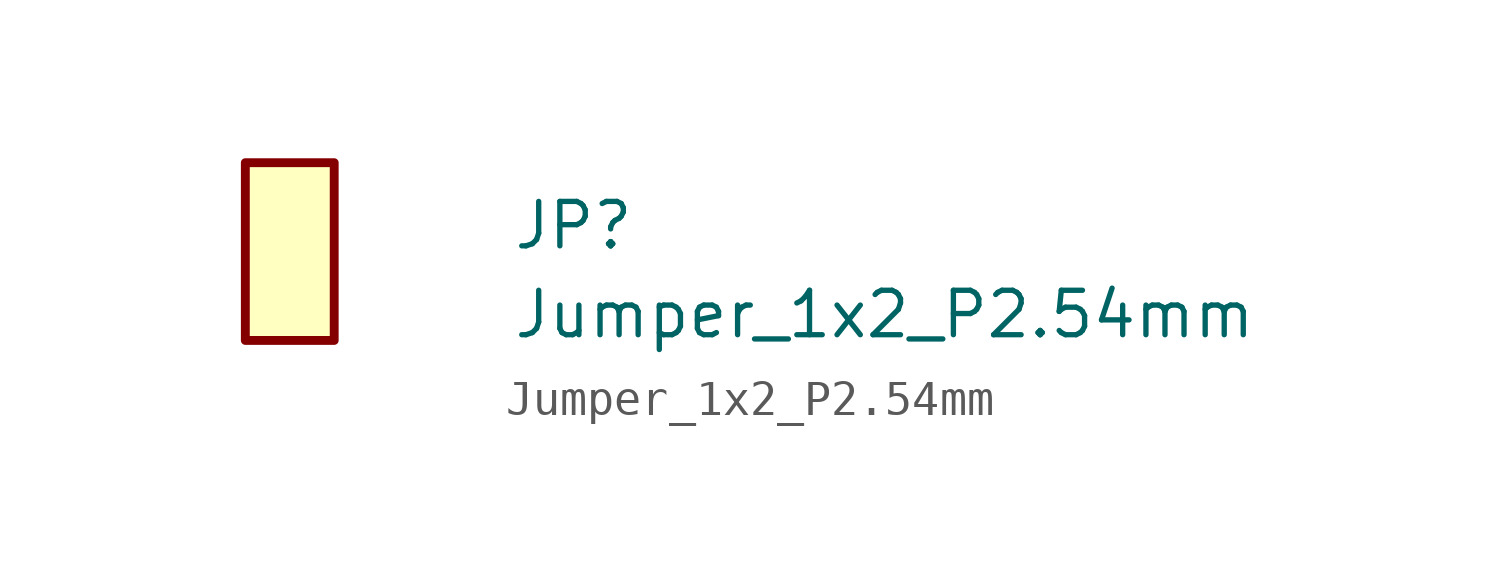
<source format=kicad_sym>
(kicad_symbol_lib
  (version 20220914)
  (generator kicad_symbol_editor)
  (symbol "Jumper_1x2_P2.54mm"
    (property "Reference" "JP"
      (at 7.62 -2.54 0)
      (effects (font (size 1.27 1.27)) (justify left bottom)))
    (property "Value" "Jumper_1x2_P2.54mm"
      (at 7.62 -5.08 0)
      (effects (font (size 1.27 1.27)) (justify left bottom)))
    (symbol "Jumper_1x2_P2.54mm_1_1"
      (rectangle (start 0 0) (end 2.54 -5.08) (stroke (width 0.254) (type default)) (fill (type background))))))
</source>
